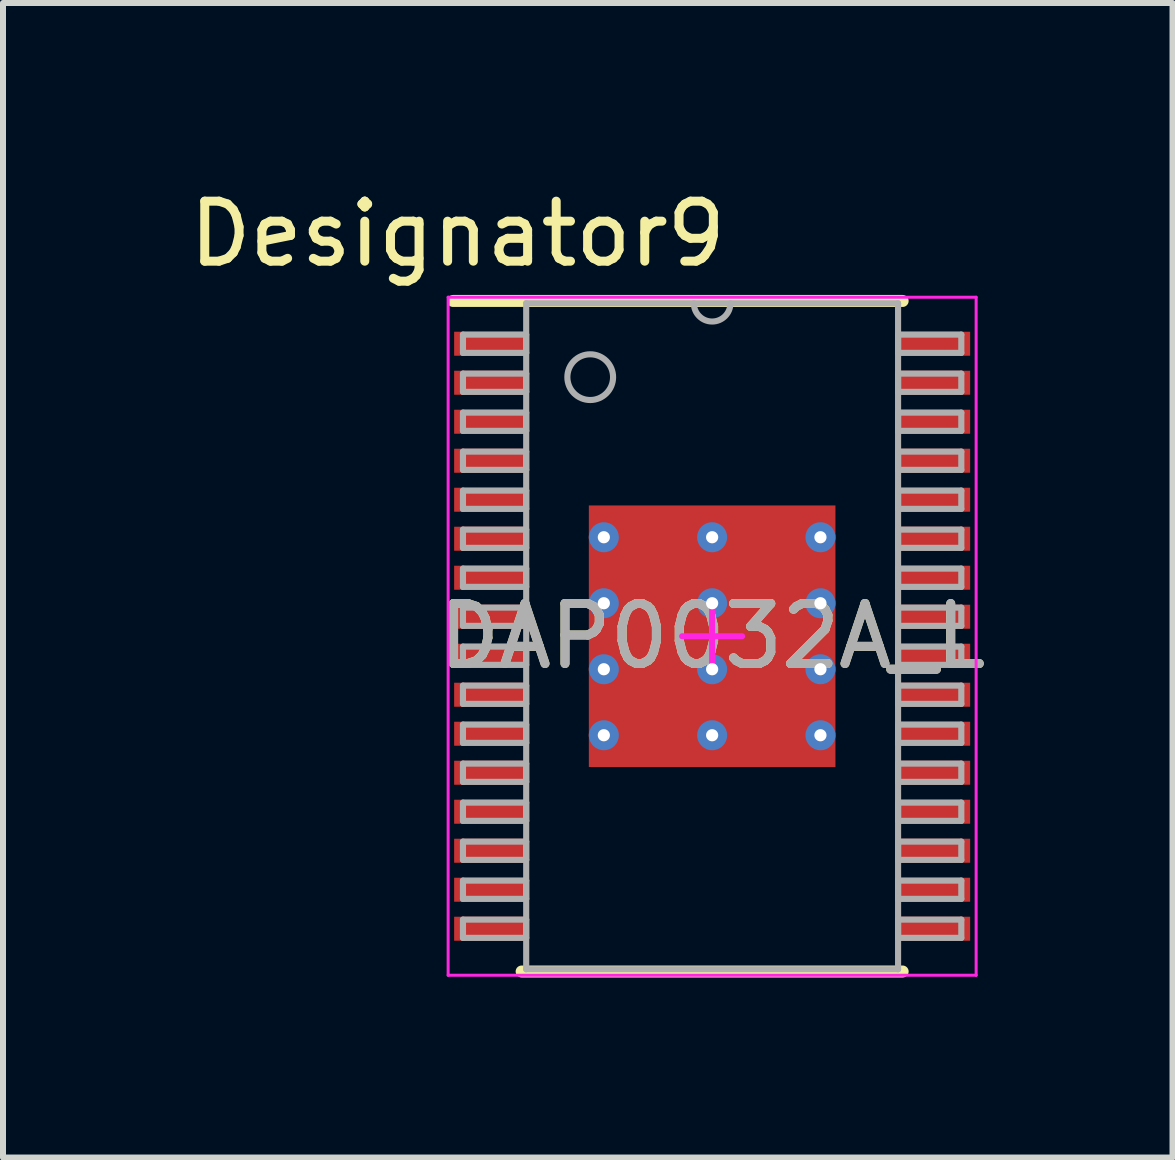
<source format=kicad_pcb>
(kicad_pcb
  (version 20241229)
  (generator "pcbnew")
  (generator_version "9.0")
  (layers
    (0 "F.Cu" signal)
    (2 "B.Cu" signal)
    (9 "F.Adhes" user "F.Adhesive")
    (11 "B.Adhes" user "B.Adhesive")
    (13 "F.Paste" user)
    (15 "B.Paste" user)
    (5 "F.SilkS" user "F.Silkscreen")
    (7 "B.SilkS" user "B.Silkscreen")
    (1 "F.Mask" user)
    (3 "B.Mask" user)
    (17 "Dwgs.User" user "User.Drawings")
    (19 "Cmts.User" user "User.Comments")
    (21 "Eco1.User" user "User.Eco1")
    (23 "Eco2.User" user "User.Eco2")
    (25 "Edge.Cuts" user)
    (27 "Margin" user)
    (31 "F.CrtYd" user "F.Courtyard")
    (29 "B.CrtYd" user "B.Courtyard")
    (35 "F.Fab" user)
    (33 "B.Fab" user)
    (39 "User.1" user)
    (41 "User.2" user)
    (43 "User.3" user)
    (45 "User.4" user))
  (footprint "DAP0032A_L"
    (layer "F.Cu")
    (at 8.819 7.554)
    (property "Reference" "DAP0032A_L" (at 0 0 0) (unlocked yes) (layer "F.SilkS") (effects (font (size 1 1) (thickness 0.15))))
    (attr smd)
    (fp_line (start -4.318 -5.588) (end -0.305 -5.588) (stroke (width 0.2) (type solid)) (layer "F.SilkS"))
    (fp_line (start -3.175 5.588) (end 3.175 5.588) (stroke (width 0.2) (type solid)) (layer "F.SilkS"))
    (fp_line (start -0.305 -5.588) (end 0.305 -5.588) (stroke (width 0.2) (type solid)) (layer "F.SilkS"))
    (fp_line (start 0.305 -5.588) (end 3.175 -5.588) (stroke (width 0.2) (type solid)) (layer "F.SilkS"))
    (fp_line (start -4.4 -5.65) (end 4.4 -5.65) (stroke (width 0.05) (type solid)) (layer "F.CrtYd"))
    (fp_line (start -4.4 5.65) (end -4.4 -5.65) (stroke (width 0.05) (type solid)) (layer "F.CrtYd"))
    (fp_line (start -4.4 5.65) (end 4.4 5.65) (stroke (width 0.05) (type solid)) (layer "F.CrtYd"))
    (fp_line (start -0.5 0) (end 0.5 0) (stroke (width 0.1) (type solid)) (layer "F.CrtYd"))
    (fp_line (start 0 0.5) (end 0 -0.5) (stroke (width 0.1) (type solid)) (layer "F.CrtYd"))
    (fp_line (start 4.4 5.65) (end 4.4 -5.65) (stroke (width 0.05) (type solid)) (layer "F.CrtYd"))
    (fp_line (start -4.153 -5.027) (end -3.099 -5.027) (stroke (width 0.102) (type solid)) (layer "F.Fab"))
    (fp_line (start -4.153 -4.723) (end -4.153 -5.027) (stroke (width 0.102) (type solid)) (layer "F.Fab"))
    (fp_line (start -4.153 -4.723) (end -3.099 -4.723) (stroke (width 0.102) (type solid)) (layer "F.Fab"))
    (fp_line (start -4.153 -4.377) (end -3.099 -4.377) (stroke (width 0.102) (type solid)) (layer "F.Fab"))
    (fp_line (start -4.153 -4.073) (end -4.153 -4.377) (stroke (width 0.102) (type solid)) (layer "F.Fab"))
    (fp_line (start -4.153 -4.073) (end -3.099 -4.073) (stroke (width 0.102) (type solid)) (layer "F.Fab"))
    (fp_line (start -4.153 -3.727) (end -3.099 -3.727) (stroke (width 0.102) (type solid)) (layer "F.Fab"))
    (fp_line (start -4.153 -3.423) (end -4.153 -3.727) (stroke (width 0.102) (type solid)) (layer "F.Fab"))
    (fp_line (start -4.153 -3.423) (end -3.099 -3.423) (stroke (width 0.102) (type solid)) (layer "F.Fab"))
    (fp_line (start -4.153 -3.077) (end -3.099 -3.077) (stroke (width 0.102) (type solid)) (layer "F.Fab"))
    (fp_line (start -4.153 -2.773) (end -4.153 -3.077) (stroke (width 0.102) (type solid)) (layer "F.Fab"))
    (fp_line (start -4.153 -2.773) (end -3.099 -2.773) (stroke (width 0.102) (type solid)) (layer "F.Fab"))
    (fp_line (start -4.153 -2.427) (end -3.099 -2.427) (stroke (width 0.102) (type solid)) (layer "F.Fab"))
    (fp_line (start -4.153 -2.123) (end -4.153 -2.427) (stroke (width 0.102) (type solid)) (layer "F.Fab"))
    (fp_line (start -4.153 -2.123) (end -3.099 -2.123) (stroke (width 0.102) (type solid)) (layer "F.Fab"))
    (fp_line (start -4.153 -1.777) (end -3.099 -1.777) (stroke (width 0.102) (type solid)) (layer "F.Fab"))
    (fp_line (start -4.153 -1.473) (end -4.153 -1.777) (stroke (width 0.102) (type solid)) (layer "F.Fab"))
    (fp_line (start -4.153 -1.473) (end -3.099 -1.473) (stroke (width 0.102) (type solid)) (layer "F.Fab"))
    (fp_line (start -4.153 -1.127) (end -3.099 -1.127) (stroke (width 0.102) (type solid)) (layer "F.Fab"))
    (fp_line (start -4.153 -0.823) (end -4.153 -1.127) (stroke (width 0.102) (type solid)) (layer "F.Fab"))
    (fp_line (start -4.153 -0.823) (end -3.099 -0.823) (stroke (width 0.102) (type solid)) (layer "F.Fab"))
    (fp_line (start -4.153 -0.477) (end -3.099 -0.477) (stroke (width 0.102) (type solid)) (layer "F.Fab"))
    (fp_line (start -4.153 -0.173) (end -4.153 -0.477) (stroke (width 0.102) (type solid)) (layer "F.Fab"))
    (fp_line (start -4.153 -0.173) (end -3.099 -0.173) (stroke (width 0.102) (type solid)) (layer "F.Fab"))
    (fp_line (start -4.153 0.173) (end -3.099 0.173) (stroke (width 0.102) (type solid)) (layer "F.Fab"))
    (fp_line (start -4.153 0.477) (end -4.153 0.173) (stroke (width 0.102) (type solid)) (layer "F.Fab"))
    (fp_line (start -4.153 0.477) (end -3.099 0.477) (stroke (width 0.102) (type solid)) (layer "F.Fab"))
    (fp_line (start -4.153 0.823) (end -3.099 0.823) (stroke (width 0.102) (type solid)) (layer "F.Fab"))
    (fp_line (start -4.153 1.127) (end -4.153 0.823) (stroke (width 0.102) (type solid)) (layer "F.Fab"))
    (fp_line (start -4.153 1.127) (end -3.099 1.127) (stroke (width 0.102) (type solid)) (layer "F.Fab"))
    (fp_line (start -4.153 1.473) (end -3.099 1.473) (stroke (width 0.102) (type solid)) (layer "F.Fab"))
    (fp_line (start -4.153 1.777) (end -4.153 1.473) (stroke (width 0.102) (type solid)) (layer "F.Fab"))
    (fp_line (start -4.153 1.777) (end -3.099 1.777) (stroke (width 0.102) (type solid)) (layer "F.Fab"))
    (fp_line (start -4.153 2.123) (end -3.099 2.123) (stroke (width 0.102) (type solid)) (layer "F.Fab"))
    (fp_line (start -4.153 2.427) (end -4.153 2.123) (stroke (width 0.102) (type solid)) (layer "F.Fab"))
    (fp_line (start -4.153 2.427) (end -3.099 2.427) (stroke (width 0.102) (type solid)) (layer "F.Fab"))
    (fp_line (start -4.153 2.773) (end -3.099 2.773) (stroke (width 0.102) (type solid)) (layer "F.Fab"))
    (fp_line (start -4.153 3.077) (end -4.153 2.773) (stroke (width 0.102) (type solid)) (layer "F.Fab"))
    (fp_line (start -4.153 3.077) (end -3.099 3.077) (stroke (width 0.102) (type solid)) (layer "F.Fab"))
    (fp_line (start -4.153 3.423) (end -3.099 3.423) (stroke (width 0.102) (type solid)) (layer "F.Fab"))
    (fp_line (start -4.153 3.727) (end -4.153 3.423) (stroke (width 0.102) (type solid)) (layer "F.Fab"))
    (fp_line (start -4.153 3.727) (end -3.099 3.727) (stroke (width 0.102) (type solid)) (layer "F.Fab"))
    (fp_line (start -4.153 4.073) (end -3.099 4.073) (stroke (width 0.102) (type solid)) (layer "F.Fab"))
    (fp_line (start -4.153 4.377) (end -4.153 4.073) (stroke (width 0.102) (type solid)) (layer "F.Fab"))
    (fp_line (start -4.153 4.377) (end -3.099 4.377) (stroke (width 0.102) (type solid)) (layer "F.Fab"))
    (fp_line (start -4.153 4.723) (end -3.099 4.723) (stroke (width 0.102) (type solid)) (layer "F.Fab"))
    (fp_line (start -4.153 5.027) (end -4.153 4.723) (stroke (width 0.102) (type solid)) (layer "F.Fab"))
    (fp_line (start -4.153 5.027) (end -3.099 5.027) (stroke (width 0.102) (type solid)) (layer "F.Fab"))
    (fp_line (start -3.099 -5.55) (end 3.099 -5.55) (stroke (width 0.102) (type solid)) (layer "F.Fab"))
    (fp_line (start -3.099 -4.723) (end -3.099 -5.027) (stroke (width 0.102) (type solid)) (layer "F.Fab"))
    (fp_line (start -3.099 -4.073) (end -3.099 -4.377) (stroke (width 0.102) (type solid)) (layer "F.Fab"))
    (fp_line (start -3.099 -3.423) (end -3.099 -3.727) (stroke (width 0.102) (type solid)) (layer "F.Fab"))
    (fp_line (start -3.099 -2.773) (end -3.099 -3.077) (stroke (width 0.102) (type solid)) (layer "F.Fab"))
    (fp_line (start -3.099 -2.123) (end -3.099 -2.427) (stroke (width 0.102) (type solid)) (layer "F.Fab"))
    (fp_line (start -3.099 -1.473) (end -3.099 -1.777) (stroke (width 0.102) (type solid)) (layer "F.Fab"))
    (fp_line (start -3.099 -0.823) (end -3.099 -1.127) (stroke (width 0.102) (type solid)) (layer "F.Fab"))
    (fp_line (start -3.099 -0.173) (end -3.099 -0.477) (stroke (width 0.102) (type solid)) (layer "F.Fab"))
    (fp_line (start -3.099 0.477) (end -3.099 0.173) (stroke (width 0.102) (type solid)) (layer "F.Fab"))
    (fp_line (start -3.099 1.127) (end -3.099 0.823) (stroke (width 0.102) (type solid)) (layer "F.Fab"))
    (fp_line (start -3.099 1.777) (end -3.099 1.473) (stroke (width 0.102) (type solid)) (layer "F.Fab"))
    (fp_line (start -3.099 2.427) (end -3.099 2.123) (stroke (width 0.102) (type solid)) (layer "F.Fab"))
    (fp_line (start -3.099 3.077) (end -3.099 2.773) (stroke (width 0.102) (type solid)) (layer "F.Fab"))
    (fp_line (start -3.099 3.727) (end -3.099 3.423) (stroke (width 0.102) (type solid)) (layer "F.Fab"))
    (fp_line (start -3.099 4.377) (end -3.099 4.073) (stroke (width 0.102) (type solid)) (layer "F.Fab"))
    (fp_line (start -3.099 5.027) (end -3.099 4.723) (stroke (width 0.102) (type solid)) (layer "F.Fab"))
    (fp_line (start -3.099 5.55) (end -3.099 -5.55) (stroke (width 0.102) (type solid)) (layer "F.Fab"))
    (fp_line (start -3.099 5.55) (end 3.099 5.55) (stroke (width 0.102) (type solid)) (layer "F.Fab"))
    (fp_line (start 3.099 -5.027) (end 4.153 -5.027) (stroke (width 0.102) (type solid)) (layer "F.Fab"))
    (fp_line (start 3.099 -4.723) (end 3.099 -5.027) (stroke (width 0.102) (type solid)) (layer "F.Fab"))
    (fp_line (start 3.099 -4.723) (end 4.153 -4.723) (stroke (width 0.102) (type solid)) (layer "F.Fab"))
    (fp_line (start 3.099 -4.377) (end 4.153 -4.377) (stroke (width 0.102) (type solid)) (layer "F.Fab"))
    (fp_line (start 3.099 -4.073) (end 3.099 -4.377) (stroke (width 0.102) (type solid)) (layer "F.Fab"))
    (fp_line (start 3.099 -4.073) (end 4.153 -4.073) (stroke (width 0.102) (type solid)) (layer "F.Fab"))
    (fp_line (start 3.099 -3.727) (end 4.153 -3.727) (stroke (width 0.102) (type solid)) (layer "F.Fab"))
    (fp_line (start 3.099 -3.423) (end 3.099 -3.727) (stroke (width 0.102) (type solid)) (layer "F.Fab"))
    (fp_line (start 3.099 -3.423) (end 4.153 -3.423) (stroke (width 0.102) (type solid)) (layer "F.Fab"))
    (fp_line (start 3.099 -3.077) (end 4.153 -3.077) (stroke (width 0.102) (type solid)) (layer "F.Fab"))
    (fp_line (start 3.099 -2.773) (end 3.099 -3.077) (stroke (width 0.102) (type solid)) (layer "F.Fab"))
    (fp_line (start 3.099 -2.773) (end 4.153 -2.773) (stroke (width 0.102) (type solid)) (layer "F.Fab"))
    (fp_line (start 3.099 -2.427) (end 4.153 -2.427) (stroke (width 0.102) (type solid)) (layer "F.Fab"))
    (fp_line (start 3.099 -2.123) (end 3.099 -2.427) (stroke (width 0.102) (type solid)) (layer "F.Fab"))
    (fp_line (start 3.099 -2.123) (end 4.153 -2.123) (stroke (width 0.102) (type solid)) (layer "F.Fab"))
    (fp_line (start 3.099 -1.777) (end 4.153 -1.777) (stroke (width 0.102) (type solid)) (layer "F.Fab"))
    (fp_line (start 3.099 -1.473) (end 3.099 -1.777) (stroke (width 0.102) (type solid)) (layer "F.Fab"))
    (fp_line (start 3.099 -1.473) (end 4.153 -1.473) (stroke (width 0.102) (type solid)) (layer "F.Fab"))
    (fp_line (start 3.099 -1.127) (end 4.153 -1.127) (stroke (width 0.102) (type solid)) (layer "F.Fab"))
    (fp_line (start 3.099 -0.823) (end 3.099 -1.127) (stroke (width 0.102) (type solid)) (layer "F.Fab"))
    (fp_line (start 3.099 -0.823) (end 4.153 -0.823) (stroke (width 0.102) (type solid)) (layer "F.Fab"))
    (fp_line (start 3.099 -0.477) (end 4.153 -0.477) (stroke (width 0.102) (type solid)) (layer "F.Fab"))
    (fp_line (start 3.099 -0.173) (end 3.099 -0.477) (stroke (width 0.102) (type solid)) (layer "F.Fab"))
    (fp_line (start 3.099 -0.173) (end 4.153 -0.173) (stroke (width 0.102) (type solid)) (layer "F.Fab"))
    (fp_line (start 3.099 0.173) (end 4.153 0.173) (stroke (width 0.102) (type solid)) (layer "F.Fab"))
    (fp_line (start 3.099 0.477) (end 3.099 0.173) (stroke (width 0.102) (type solid)) (layer "F.Fab"))
    (fp_line (start 3.099 0.477) (end 4.153 0.477) (stroke (width 0.102) (type solid)) (layer "F.Fab"))
    (fp_line (start 3.099 0.823) (end 4.153 0.823) (stroke (width 0.102) (type solid)) (layer "F.Fab"))
    (fp_line (start 3.099 1.127) (end 3.099 0.823) (stroke (width 0.102) (type solid)) (layer "F.Fab"))
    (fp_line (start 3.099 1.127) (end 4.153 1.127) (stroke (width 0.102) (type solid)) (layer "F.Fab"))
    (fp_line (start 3.099 1.473) (end 4.153 1.473) (stroke (width 0.102) (type solid)) (layer "F.Fab"))
    (fp_line (start 3.099 1.777) (end 3.099 1.473) (stroke (width 0.102) (type solid)) (layer "F.Fab"))
    (fp_line (start 3.099 1.777) (end 4.153 1.777) (stroke (width 0.102) (type solid)) (layer "F.Fab"))
    (fp_line (start 3.099 2.123) (end 4.153 2.123) (stroke (width 0.102) (type solid)) (layer "F.Fab"))
    (fp_line (start 3.099 2.427) (end 3.099 2.123) (stroke (width 0.102) (type solid)) (layer "F.Fab"))
    (fp_line (start 3.099 2.427) (end 4.153 2.427) (stroke (width 0.102) (type solid)) (layer "F.Fab"))
    (fp_line (start 3.099 2.773) (end 4.153 2.773) (stroke (width 0.102) (type solid)) (layer "F.Fab"))
    (fp_line (start 3.099 3.077) (end 3.099 2.773) (stroke (width 0.102) (type solid)) (layer "F.Fab"))
    (fp_line (start 3.099 3.077) (end 4.153 3.077) (stroke (width 0.102) (type solid)) (layer "F.Fab"))
    (fp_line (start 3.099 3.423) (end 4.153 3.423) (stroke (width 0.102) (type solid)) (layer "F.Fab"))
    (fp_line (start 3.099 3.727) (end 3.099 3.423) (stroke (width 0.102) (type solid)) (layer "F.Fab"))
    (fp_line (start 3.099 3.727) (end 4.153 3.727) (stroke (width 0.102) (type solid)) (layer "F.Fab"))
    (fp_line (start 3.099 4.073) (end 4.153 4.073) (stroke (width 0.102) (type solid)) (layer "F.Fab"))
    (fp_line (start 3.099 4.377) (end 3.099 4.073) (stroke (width 0.102) (type solid)) (layer "F.Fab"))
    (fp_line (start 3.099 4.377) (end 4.153 4.377) (stroke (width 0.102) (type solid)) (layer "F.Fab"))
    (fp_line (start 3.099 4.723) (end 4.153 4.723) (stroke (width 0.102) (type solid)) (layer "F.Fab"))
    (fp_line (start 3.099 5.027) (end 3.099 4.723) (stroke (width 0.102) (type solid)) (layer "F.Fab"))
    (fp_line (start 3.099 5.027) (end 4.153 5.027) (stroke (width 0.102) (type solid)) (layer "F.Fab"))
    (fp_line (start 3.099 5.55) (end 3.099 -5.55) (stroke (width 0.102) (type solid)) (layer "F.Fab"))
    (fp_line (start 4.153 -4.723) (end 4.153 -5.027) (stroke (width 0.102) (type solid)) (layer "F.Fab"))
    (fp_line (start 4.153 -4.073) (end 4.153 -4.377) (stroke (width 0.102) (type solid)) (layer "F.Fab"))
    (fp_line (start 4.153 -3.423) (end 4.153 -3.727) (stroke (width 0.102) (type solid)) (layer "F.Fab"))
    (fp_line (start 4.153 -2.773) (end 4.153 -3.077) (stroke (width 0.102) (type solid)) (layer "F.Fab"))
    (fp_line (start 4.153 -2.123) (end 4.153 -2.427) (stroke (width 0.102) (type solid)) (layer "F.Fab"))
    (fp_line (start 4.153 -1.473) (end 4.153 -1.777) (stroke (width 0.102) (type solid)) (layer "F.Fab"))
    (fp_line (start 4.153 -0.823) (end 4.153 -1.127) (stroke (width 0.102) (type solid)) (layer "F.Fab"))
    (fp_line (start 4.153 -0.173) (end 4.153 -0.477) (stroke (width 0.102) (type solid)) (layer "F.Fab"))
    (fp_line (start 4.153 0.477) (end 4.153 0.173) (stroke (width 0.102) (type solid)) (layer "F.Fab"))
    (fp_line (start 4.153 1.127) (end 4.153 0.823) (stroke (width 0.102) (type solid)) (layer "F.Fab"))
    (fp_line (start 4.153 1.777) (end 4.153 1.473) (stroke (width 0.102) (type solid)) (layer "F.Fab"))
    (fp_line (start 4.153 2.427) (end 4.153 2.123) (stroke (width 0.102) (type solid)) (layer "F.Fab"))
    (fp_line (start 4.153 3.077) (end 4.153 2.773) (stroke (width 0.102) (type solid)) (layer "F.Fab"))
    (fp_line (start 4.153 3.727) (end 4.153 3.423) (stroke (width 0.102) (type solid)) (layer "F.Fab"))
    (fp_line (start 4.153 4.377) (end 4.153 4.073) (stroke (width 0.102) (type solid)) (layer "F.Fab"))
    (fp_line (start 4.153 5.027) (end 4.153 4.723) (stroke (width 0.102) (type solid)) (layer "F.Fab"))
    (fp_arc (start 0.3048 -5.5499) (mid 0 -5.2451) (end -0.3048 -5.5499) (stroke (width 0.1016) (type solid)) (layer "F.Fab"))
    (fp_circle (center -2.032 -4.318) (end -1.651 -4.318) (stroke (width 0.102) (type solid)) (fill no) (layer "F.Fab"))
    (fp_text user "Designator9" (at -4.242 -6.706 0) (unlocked yes) (layer "F.SilkS") (effects (font (size 1 1) (thickness 0.15))))
    (fp_text user "${REFERENCE}" (at 0 0 0) (unlocked yes) (layer "F.Fab") (effects (font (size 1 1) (thickness 0.15))))
    (pad "1" smd rect (at -3.7 -4.875 90) (size 0.4 1.2) (layers "F.Cu" "F.Mask" "F.Paste"))
    (pad "2" smd rect (at -3.7 -4.225 90) (size 0.4 1.2) (layers "F.Cu" "F.Mask" "F.Paste"))
    (pad "3" smd rect (at -3.7 -3.575 90) (size 0.4 1.2) (layers "F.Cu" "F.Mask" "F.Paste"))
    (pad "4" smd rect (at -3.7 -2.925 90) (size 0.4 1.2) (layers "F.Cu" "F.Mask" "F.Paste"))
    (pad "5" smd rect (at -3.7 -2.275 90) (size 0.4 1.2) (layers "F.Cu" "F.Mask" "F.Paste"))
    (pad "6" smd rect (at -3.7 -1.625 90) (size 0.4 1.2) (layers "F.Cu" "F.Mask" "F.Paste"))
    (pad "7" smd rect (at -3.7 -0.975 90) (size 0.4 1.2) (layers "F.Cu" "F.Mask" "F.Paste"))
    (pad "8" smd rect (at -3.7 -0.325 90) (size 0.4 1.2) (layers "F.Cu" "F.Mask" "F.Paste"))
    (pad "9" smd rect (at -3.7 0.325 90) (size 0.4 1.2) (layers "F.Cu" "F.Mask" "F.Paste"))
    (pad "10" smd rect (at -3.7 0.975 90) (size 0.4 1.2) (layers "F.Cu" "F.Mask" "F.Paste"))
    (pad "11" smd rect (at -3.7 1.625 90) (size 0.4 1.2) (layers "F.Cu" "F.Mask" "F.Paste"))
    (pad "12" smd rect (at -3.7 2.275 90) (size 0.4 1.2) (layers "F.Cu" "F.Mask" "F.Paste"))
    (pad "13" smd rect (at -3.7 2.925 90) (size 0.4 1.2) (layers "F.Cu" "F.Mask" "F.Paste"))
    (pad "14" smd rect (at -3.7 3.575 90) (size 0.4 1.2) (layers "F.Cu" "F.Mask" "F.Paste"))
    (pad "15" smd rect (at -3.7 4.225 90) (size 0.4 1.2) (layers "F.Cu" "F.Mask" "F.Paste"))
    (pad "16" smd rect (at -3.7 4.875 90) (size 0.4 1.2) (layers "F.Cu" "F.Mask" "F.Paste"))
    (pad "17" smd rect (at 3.7 4.875 90) (size 0.4 1.2) (layers "F.Cu" "F.Mask" "F.Paste"))
    (pad "18" smd rect (at 3.7 4.225 90) (size 0.4 1.2) (layers "F.Cu" "F.Mask" "F.Paste"))
    (pad "19" smd rect (at 3.7 3.575 90) (size 0.4 1.2) (layers "F.Cu" "F.Mask" "F.Paste"))
    (pad "20" smd rect (at 3.7 2.925 90) (size 0.4 1.2) (layers "F.Cu" "F.Mask" "F.Paste"))
    (pad "21" smd rect (at 3.7 2.275 90) (size 0.4 1.2) (layers "F.Cu" "F.Mask" "F.Paste"))
    (pad "22" smd rect (at 3.7 1.625 90) (size 0.4 1.2) (layers "F.Cu" "F.Mask" "F.Paste"))
    (pad "23" smd rect (at 3.7 0.975 90) (size 0.4 1.2) (layers "F.Cu" "F.Mask" "F.Paste"))
    (pad "24" smd rect (at 3.7 0.325 90) (size 0.4 1.2) (layers "F.Cu" "F.Mask" "F.Paste"))
    (pad "25" smd rect (at 3.7 -0.325 90) (size 0.4 1.2) (layers "F.Cu" "F.Mask" "F.Paste"))
    (pad "26" smd rect (at 3.7 -0.975 90) (size 0.4 1.2) (layers "F.Cu" "F.Mask" "F.Paste"))
    (pad "27" smd rect (at 3.7 -1.625 90) (size 0.4 1.2) (layers "F.Cu" "F.Mask" "F.Paste"))
    (pad "28" smd rect (at 3.7 -2.275 90) (size 0.4 1.2) (layers "F.Cu" "F.Mask" "F.Paste"))
    (pad "29" smd rect (at 3.7 -2.925 90) (size 0.4 1.2) (layers "F.Cu" "F.Mask" "F.Paste"))
    (pad "30" smd rect (at 3.7 -3.575 90) (size 0.4 1.2) (layers "F.Cu" "F.Mask" "F.Paste"))
    (pad "31" smd rect (at 3.7 -4.225 90) (size 0.4 1.2) (layers "F.Cu" "F.Mask" "F.Paste"))
    (pad "32" smd rect (at 3.7 -4.875 90) (size 0.4 1.2) (layers "F.Cu" "F.Mask" "F.Paste"))
    (pad "33" smd rect (at 0 0) (size 4.11 4.36) (layers "F.Cu" "F.Mask" "F.Paste"))
    (pad "V" thru_hole circle (at -1.805 -1.65) (size 0.5 0.5) (drill 0.203) (layers "*.Cu" "*.Mask"))
    (pad "V" thru_hole circle (at -1.805 -0.55) (size 0.5 0.5) (drill 0.203) (layers "*.Cu" "*.Mask"))
    (pad "V" thru_hole circle (at -1.805 0.55) (size 0.5 0.5) (drill 0.203) (layers "*.Cu" "*.Mask"))
    (pad "V" thru_hole circle (at -1.805 1.65) (size 0.5 0.5) (drill 0.203) (layers "*.Cu" "*.Mask"))
    (pad "V" thru_hole circle (at 0 -1.65) (size 0.5 0.5) (drill 0.203) (layers "*.Cu" "*.Mask"))
    (pad "V" thru_hole circle (at 0 -0.55) (size 0.5 0.5) (drill 0.203) (layers "*.Cu" "*.Mask"))
    (pad "V" thru_hole circle (at 0 0.55) (size 0.5 0.5) (drill 0.203) (layers "*.Cu" "*.Mask"))
    (pad "V" thru_hole circle (at 0 1.65) (size 0.5 0.5) (drill 0.203) (layers "*.Cu" "*.Mask"))
    (pad "V" thru_hole circle (at 1.805 -1.65) (size 0.5 0.5) (drill 0.203) (layers "*.Cu" "*.Mask"))
    (pad "V" thru_hole circle (at 1.805 -0.55) (size 0.5 0.5) (drill 0.203) (layers "*.Cu" "*.Mask"))
    (pad "V" thru_hole circle (at 1.805 0.55) (size 0.5 0.5) (drill 0.203) (layers "*.Cu" "*.Mask"))
    (pad "V" thru_hole circle (at 1.805 1.65) (size 0.5 0.5) (drill 0.203) (layers "*.Cu" "*.Mask")))
  (gr_rect
    (start -3 -3)
    (end 16.492 16.242)
    (stroke (width 0.1) (type default))
    (fill no)
    (layer "Edge.Cuts")))
</source>
